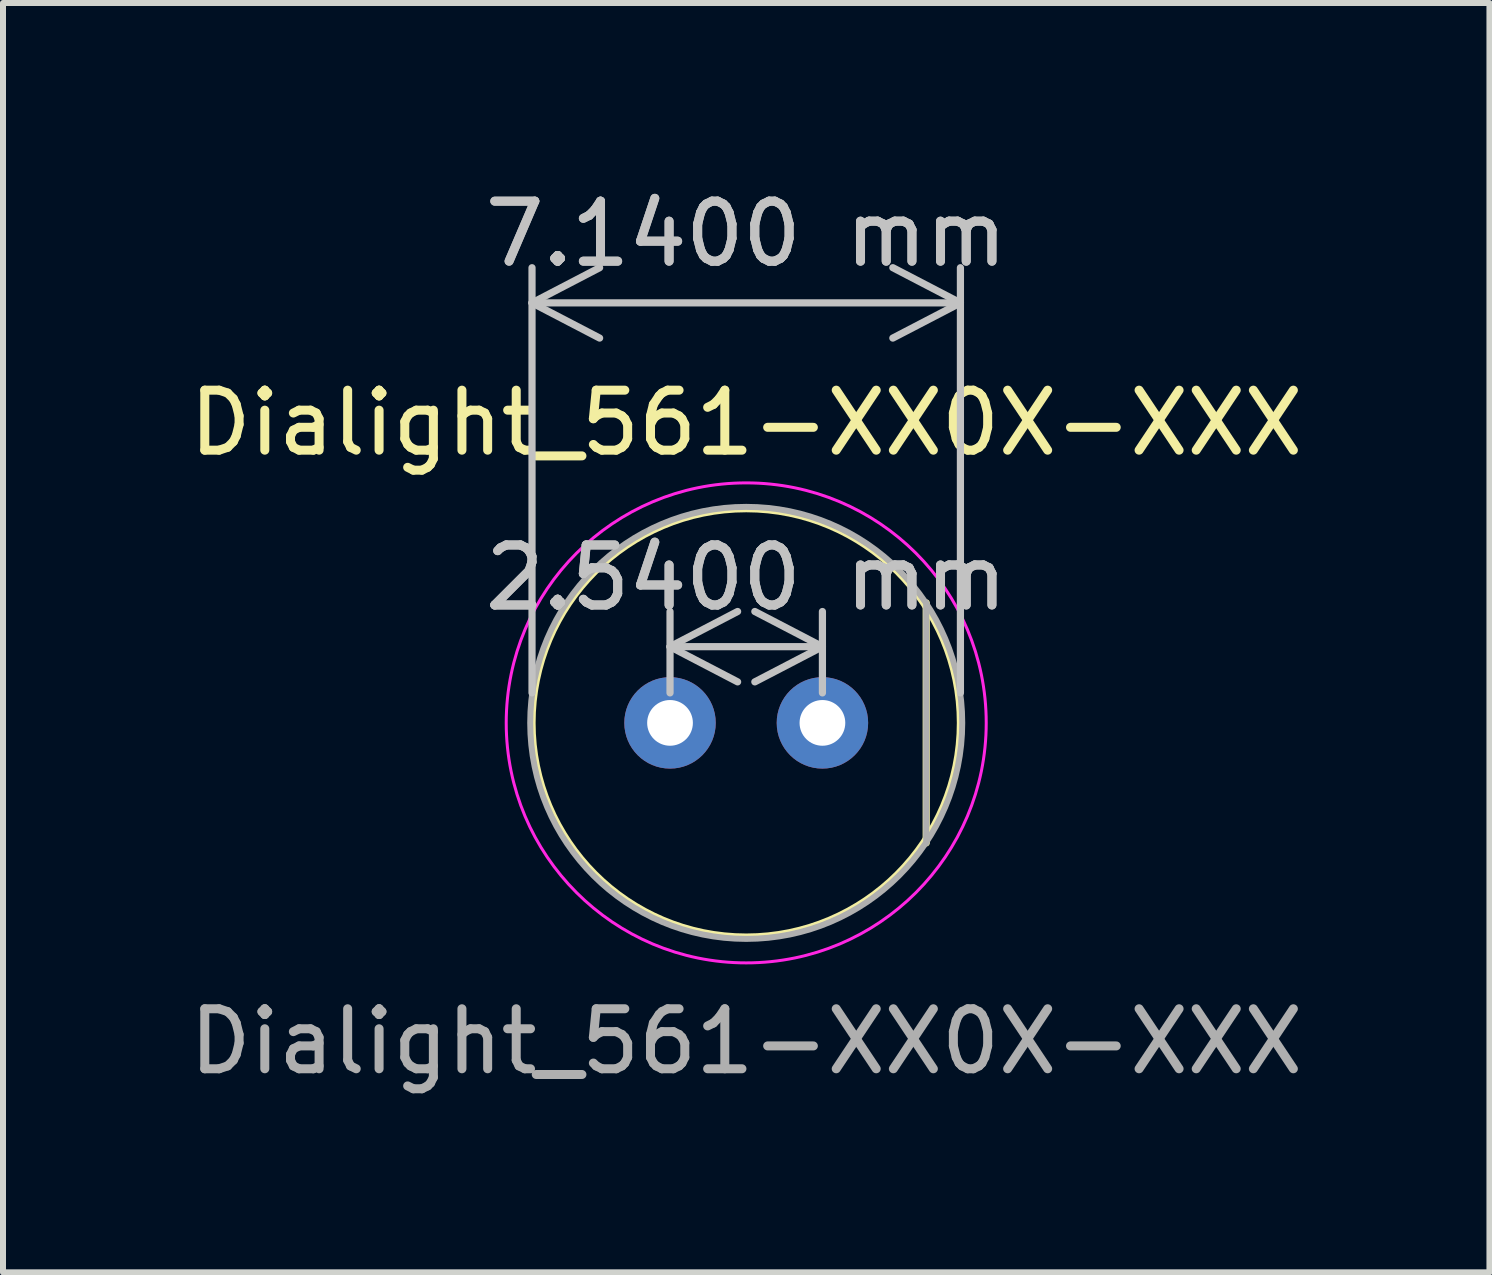
<source format=kicad_pcb>
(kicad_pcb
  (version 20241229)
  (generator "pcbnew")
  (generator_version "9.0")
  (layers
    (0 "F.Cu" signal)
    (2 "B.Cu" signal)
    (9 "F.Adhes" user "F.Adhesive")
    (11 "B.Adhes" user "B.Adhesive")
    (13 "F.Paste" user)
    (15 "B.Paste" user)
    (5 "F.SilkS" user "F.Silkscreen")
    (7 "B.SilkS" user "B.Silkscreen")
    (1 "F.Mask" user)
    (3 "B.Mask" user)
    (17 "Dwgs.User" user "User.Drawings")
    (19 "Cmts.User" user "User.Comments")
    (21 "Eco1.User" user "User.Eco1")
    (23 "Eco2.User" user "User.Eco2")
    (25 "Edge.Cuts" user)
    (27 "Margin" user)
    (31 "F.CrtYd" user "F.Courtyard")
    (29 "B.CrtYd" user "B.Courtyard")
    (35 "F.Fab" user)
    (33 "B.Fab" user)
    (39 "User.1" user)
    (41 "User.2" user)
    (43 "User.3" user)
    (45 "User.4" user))
  (footprint "Dialight_561-XX0X-XXX"
    (layer "F.Cu")
    (at 9.387 8.998)
    (property "Reference" "Dialight_561-XX0X-XXX" (at 0 -5 0) (unlocked yes) (layer "F.SilkS") (effects (font (size 1 1) (thickness 0.15))))
    (attr through_hole)
    (fp_line (start 3 -2) (end 3 2) (stroke (width 0.12) (type default)) (layer "F.SilkS"))
    (fp_circle (center 0 0) (end 3.57 0) (stroke (width 0.12) (type default)) (fill no) (layer "F.SilkS"))
    (fp_circle (center 0 0) (end 4 0) (stroke (width 0.05) (type default)) (fill no) (layer "F.CrtYd"))
    (fp_line (start 3 -2) (end 3 2) (stroke (width 0.1) (type default)) (layer "F.Fab"))
    (fp_circle (center 0 0) (end 3.6 0) (stroke (width 0.1) (type default)) (fill no) (layer "F.Fab"))
    (fp_text user "${REFERENCE}" (at 0 5.31 0) (unlocked yes) (layer "F.Fab") (effects (font (size 1 1) (thickness 0.15))))
    (dimension (type aligned) (layer "Dwgs.User") (pts (xy 12.957 8.998) (xy 5.817 8.998)) (height 7) (format (prefix "") (suffix "") (units 3) (units_format 1) (precision 4)) (style (thickness 0.12) (arrow_length 1.27) (text_position_mode 0) (arrow_direction outward) (extension_height 0.586) (extension_offset 0.5) (keep_text_aligned yes)) (gr_text "7.1400 mm" (at 9.387 0.848 0) (layer "Dwgs.User") (effects (font (size 1 1) (thickness 0.15)))))
    (dimension (type aligned) (layer "Dwgs.User") (pts (xy 8.117 8.998) (xy 10.657 8.998)) (height -1.27) (format (prefix "") (suffix "") (units 3) (units_format 1) (precision 4)) (style (thickness 0.12) (arrow_length 1.27) (text_position_mode 0) (arrow_direction outward) (extension_height 0.586) (extension_offset 0.5) (keep_text_aligned yes)) (gr_text "2.5400 mm" (at 9.387 6.578 0) (layer "Dwgs.User") (effects (font (size 1 1) (thickness 0.15)))))
    (pad "1" thru_hole circle (at 1.27 0) (size 1.524 1.524) (drill 0.762) (layers "*.Cu" "*.Mask"))
    (pad "2" thru_hole circle (at -1.27 0) (size 1.524 1.524) (drill 0.762) (layers "*.Cu" "*.Mask")))
  (gr_rect
    (start -3 -3)
    (end 21.774 18.156)
    (stroke (width 0.1) (type default))
    (fill no)
    (layer "Edge.Cuts")))
</source>
